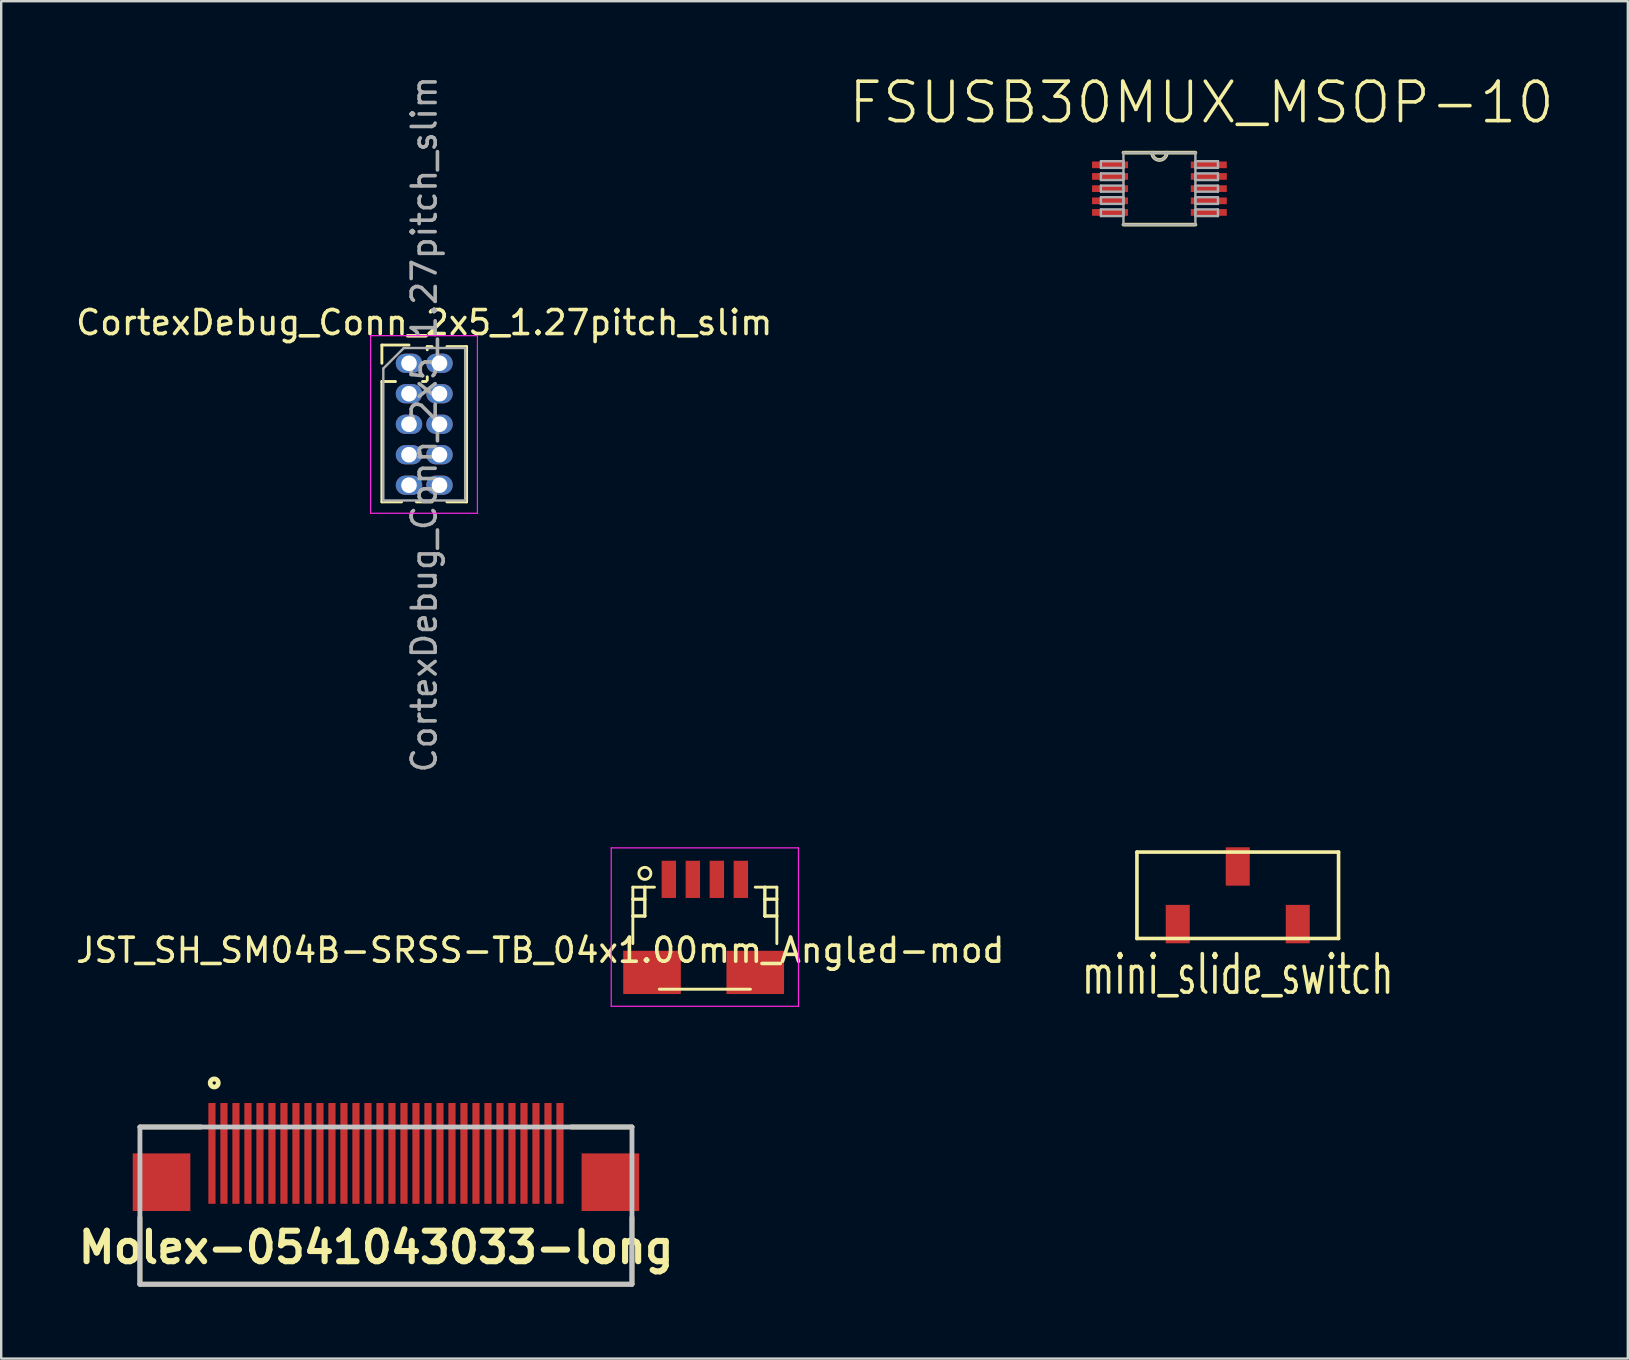
<source format=kicad_pcb>
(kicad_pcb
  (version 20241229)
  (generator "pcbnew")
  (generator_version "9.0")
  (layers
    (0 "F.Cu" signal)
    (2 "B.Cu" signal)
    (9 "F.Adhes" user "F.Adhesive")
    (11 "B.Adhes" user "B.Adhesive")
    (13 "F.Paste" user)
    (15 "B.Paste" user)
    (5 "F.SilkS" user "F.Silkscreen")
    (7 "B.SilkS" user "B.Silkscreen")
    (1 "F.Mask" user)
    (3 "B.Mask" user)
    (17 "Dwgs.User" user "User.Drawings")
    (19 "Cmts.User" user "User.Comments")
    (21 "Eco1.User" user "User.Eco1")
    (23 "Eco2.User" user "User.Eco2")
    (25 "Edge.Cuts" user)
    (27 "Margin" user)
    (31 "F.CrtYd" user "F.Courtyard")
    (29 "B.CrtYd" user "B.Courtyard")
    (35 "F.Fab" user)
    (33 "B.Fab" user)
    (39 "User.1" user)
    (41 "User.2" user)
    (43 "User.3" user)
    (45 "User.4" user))
  (footprint "FSUSB30MUX_MSOP-10"
    (layer "F.Cu")
    (at 45.255 4.809)
    (property "Reference" "FSUSB30MUX_MSOP-10" (at 1.755 -3.586 0) (layer "F.SilkS") (effects (font (size 1.642 1.642) (thickness 0.15))))
    (attr through_hole)
    (fp_line (start -1.499 1.499) (end 1.499 1.499) (stroke (width 0.152) (type solid)) (layer "F.SilkS"))
    (fp_line (start -0.305 -1.499) (end -1.499 -1.499) (stroke (width 0.152) (type solid)) (layer "F.SilkS"))
    (fp_line (start 0.305 -1.499) (end -0.305 -1.499) (stroke (width 0.152) (type solid)) (layer "F.SilkS"))
    (fp_line (start 1.499 -1.499) (end 0.305 -1.499) (stroke (width 0.152) (type solid)) (layer "F.SilkS"))
    (fp_arc (start 0.3048 -1.4986) (mid 0 -1.1938) (end -0.3048 -1.4986) (stroke (width 0.1524) (type solid)) (layer "F.SilkS"))
    (fp_line (start -2.438 -1.143) (end -2.438 -0.864) (stroke (width 0.1) (type solid)) (layer "F.Fab"))
    (fp_line (start -2.438 -0.864) (end -1.499 -0.864) (stroke (width 0.1) (type solid)) (layer "F.Fab"))
    (fp_line (start -2.438 -0.635) (end -2.438 -0.356) (stroke (width 0.1) (type solid)) (layer "F.Fab"))
    (fp_line (start -2.438 -0.356) (end -1.499 -0.356) (stroke (width 0.1) (type solid)) (layer "F.Fab"))
    (fp_line (start -2.438 -0.127) (end -2.438 0.127) (stroke (width 0.1) (type solid)) (layer "F.Fab"))
    (fp_line (start -2.438 0.127) (end -1.499 0.127) (stroke (width 0.1) (type solid)) (layer "F.Fab"))
    (fp_line (start -2.438 0.356) (end -2.438 0.635) (stroke (width 0.1) (type solid)) (layer "F.Fab"))
    (fp_line (start -2.438 0.635) (end -1.499 0.635) (stroke (width 0.1) (type solid)) (layer "F.Fab"))
    (fp_line (start -2.438 0.864) (end -2.438 1.143) (stroke (width 0.1) (type solid)) (layer "F.Fab"))
    (fp_line (start -2.438 1.143) (end -1.499 1.143) (stroke (width 0.1) (type solid)) (layer "F.Fab"))
    (fp_line (start -1.499 -1.499) (end -1.499 1.499) (stroke (width 0.1) (type solid)) (layer "F.Fab"))
    (fp_line (start -1.499 -1.143) (end -2.438 -1.143) (stroke (width 0.1) (type solid)) (layer "F.Fab"))
    (fp_line (start -1.499 -0.864) (end -1.499 -1.143) (stroke (width 0.1) (type solid)) (layer "F.Fab"))
    (fp_line (start -1.499 -0.635) (end -2.438 -0.635) (stroke (width 0.1) (type solid)) (layer "F.Fab"))
    (fp_line (start -1.499 -0.356) (end -1.499 -0.635) (stroke (width 0.1) (type solid)) (layer "F.Fab"))
    (fp_line (start -1.499 -0.127) (end -2.438 -0.127) (stroke (width 0.1) (type solid)) (layer "F.Fab"))
    (fp_line (start -1.499 0.127) (end -1.499 -0.127) (stroke (width 0.1) (type solid)) (layer "F.Fab"))
    (fp_line (start -1.499 0.356) (end -2.438 0.356) (stroke (width 0.1) (type solid)) (layer "F.Fab"))
    (fp_line (start -1.499 0.635) (end -1.499 0.356) (stroke (width 0.1) (type solid)) (layer "F.Fab"))
    (fp_line (start -1.499 0.864) (end -2.438 0.864) (stroke (width 0.1) (type solid)) (layer "F.Fab"))
    (fp_line (start -1.499 1.143) (end -1.499 0.864) (stroke (width 0.1) (type solid)) (layer "F.Fab"))
    (fp_line (start -1.499 1.499) (end 1.499 1.499) (stroke (width 0.1) (type solid)) (layer "F.Fab"))
    (fp_line (start -0.305 -1.499) (end -1.499 -1.499) (stroke (width 0.1) (type solid)) (layer "F.Fab"))
    (fp_line (start 0.305 -1.499) (end -0.305 -1.499) (stroke (width 0.1) (type solid)) (layer "F.Fab"))
    (fp_line (start 1.499 -1.499) (end 0.305 -1.499) (stroke (width 0.1) (type solid)) (layer "F.Fab"))
    (fp_line (start 1.499 -1.143) (end 1.499 -0.864) (stroke (width 0.1) (type solid)) (layer "F.Fab"))
    (fp_line (start 1.499 -0.864) (end 2.438 -0.864) (stroke (width 0.1) (type solid)) (layer "F.Fab"))
    (fp_line (start 1.499 -0.635) (end 1.499 -0.356) (stroke (width 0.1) (type solid)) (layer "F.Fab"))
    (fp_line (start 1.499 -0.356) (end 2.438 -0.356) (stroke (width 0.1) (type solid)) (layer "F.Fab"))
    (fp_line (start 1.499 -0.127) (end 1.499 0.127) (stroke (width 0.1) (type solid)) (layer "F.Fab"))
    (fp_line (start 1.499 0.127) (end 2.438 0.127) (stroke (width 0.1) (type solid)) (layer "F.Fab"))
    (fp_line (start 1.499 0.356) (end 1.499 0.635) (stroke (width 0.1) (type solid)) (layer "F.Fab"))
    (fp_line (start 1.499 0.635) (end 2.438 0.635) (stroke (width 0.1) (type solid)) (layer "F.Fab"))
    (fp_line (start 1.499 0.864) (end 1.499 1.143) (stroke (width 0.1) (type solid)) (layer "F.Fab"))
    (fp_line (start 1.499 1.143) (end 2.438 1.143) (stroke (width 0.1) (type solid)) (layer "F.Fab"))
    (fp_line (start 1.499 1.499) (end 1.499 -1.499) (stroke (width 0.1) (type solid)) (layer "F.Fab"))
    (fp_line (start 2.438 -1.143) (end 1.499 -1.143) (stroke (width 0.1) (type solid)) (layer "F.Fab"))
    (fp_line (start 2.438 -0.864) (end 2.438 -1.143) (stroke (width 0.1) (type solid)) (layer "F.Fab"))
    (fp_line (start 2.438 -0.635) (end 1.499 -0.635) (stroke (width 0.1) (type solid)) (layer "F.Fab"))
    (fp_line (start 2.438 -0.356) (end 2.438 -0.635) (stroke (width 0.1) (type solid)) (layer "F.Fab"))
    (fp_line (start 2.438 -0.127) (end 1.499 -0.127) (stroke (width 0.1) (type solid)) (layer "F.Fab"))
    (fp_line (start 2.438 0.127) (end 2.438 -0.127) (stroke (width 0.1) (type solid)) (layer "F.Fab"))
    (fp_line (start 2.438 0.356) (end 1.499 0.356) (stroke (width 0.1) (type solid)) (layer "F.Fab"))
    (fp_line (start 2.438 0.635) (end 2.438 0.356) (stroke (width 0.1) (type solid)) (layer "F.Fab"))
    (fp_line (start 2.438 0.864) (end 1.499 0.864) (stroke (width 0.1) (type solid)) (layer "F.Fab"))
    (fp_line (start 2.438 1.143) (end 2.438 0.864) (stroke (width 0.1) (type solid)) (layer "F.Fab"))
    (fp_arc (start 0.3048 -1.4986) (mid 0 -1.1938) (end -0.3048 -1.4986) (stroke (width 0.1) (type solid)) (layer "F.Fab"))
    (pad "1" smd rect (at -2.057 -0.991) (size 1.499 0.279) (layers "F.Cu" "F.Mask" "F.Paste"))
    (pad "2" smd rect (at -2.057 -0.508) (size 1.499 0.279) (layers "F.Cu" "F.Mask" "F.Paste"))
    (pad "3" smd rect (at -2.057 0) (size 1.499 0.279) (layers "F.Cu" "F.Mask" "F.Paste"))
    (pad "4" smd rect (at -2.057 0.508) (size 1.499 0.279) (layers "F.Cu" "F.Mask" "F.Paste"))
    (pad "5" smd rect (at -2.057 0.991) (size 1.499 0.279) (layers "F.Cu" "F.Mask" "F.Paste"))
    (pad "6" smd rect (at 2.057 0.991) (size 1.499 0.279) (layers "F.Cu" "F.Mask" "F.Paste"))
    (pad "7" smd rect (at 2.057 0.508) (size 1.499 0.279) (layers "F.Cu" "F.Mask" "F.Paste"))
    (pad "8" smd rect (at 2.057 0) (size 1.499 0.279) (layers "F.Cu" "F.Mask" "F.Paste"))
    (pad "9" smd rect (at 2.057 -0.508) (size 1.499 0.279) (layers "F.Cu" "F.Mask" "F.Paste"))
    (pad "10" smd rect (at 2.057 -0.991) (size 1.499 0.279) (layers "F.Cu" "F.Mask" "F.Paste")))
  (footprint "CortexDebug_Conn_2x5_1.27pitch_slim"
    (layer "F.Cu")
    (at 13.99 12.085)
    (property "Reference" "CortexDebug_Conn_2x5_1.27pitch_slim" (at 0.635 -1.695 0) (layer "F.SilkS") (effects (font (size 1 1) (thickness 0.15))))
    (attr through_hole)
    (fp_line (start -1.13 -0.76) (end 0 -0.76) (stroke (width 0.12) (type solid)) (layer "F.SilkS"))
    (fp_line (start -1.13 0) (end -1.13 -0.76) (stroke (width 0.12) (type solid)) (layer "F.SilkS"))
    (fp_line (start -1.13 0.76) (end -1.13 5.775) (stroke (width 0.12) (type solid)) (layer "F.SilkS"))
    (fp_line (start -1.13 0.76) (end -0.563 0.76) (stroke (width 0.12) (type solid)) (layer "F.SilkS"))
    (fp_line (start -1.13 5.775) (end -0.308 5.775) (stroke (width 0.12) (type solid)) (layer "F.SilkS"))
    (fp_line (start 0.308 5.775) (end 0.962 5.775) (stroke (width 0.12) (type solid)) (layer "F.SilkS"))
    (fp_line (start 0.563 0.76) (end 0.707 0.76) (stroke (width 0.12) (type solid)) (layer "F.SilkS"))
    (fp_line (start 0.76 -0.695) (end 0.962 -0.695) (stroke (width 0.12) (type solid)) (layer "F.SilkS"))
    (fp_line (start 0.76 -0.563) (end 0.76 -0.695) (stroke (width 0.12) (type solid)) (layer "F.SilkS"))
    (fp_line (start 0.76 0.707) (end 0.76 0.563) (stroke (width 0.12) (type solid)) (layer "F.SilkS"))
    (fp_line (start 1.578 -0.695) (end 2.4 -0.695) (stroke (width 0.12) (type solid)) (layer "F.SilkS"))
    (fp_line (start 1.578 5.775) (end 2.4 5.775) (stroke (width 0.12) (type solid)) (layer "F.SilkS"))
    (fp_line (start 2.4 -0.695) (end 2.4 5.775) (stroke (width 0.12) (type solid)) (layer "F.SilkS"))
    (fp_line (start -1.6 -1.15) (end -1.6 6.25) (stroke (width 0.05) (type solid)) (layer "F.CrtYd"))
    (fp_line (start -1.6 6.25) (end 2.85 6.25) (stroke (width 0.05) (type solid)) (layer "F.CrtYd"))
    (fp_line (start 2.85 -1.15) (end -1.6 -1.15) (stroke (width 0.05) (type solid)) (layer "F.CrtYd"))
    (fp_line (start 2.85 6.25) (end 2.85 -1.15) (stroke (width 0.05) (type solid)) (layer "F.CrtYd"))
    (fp_line (start -1.07 0.217) (end -0.217 -0.635) (stroke (width 0.1) (type solid)) (layer "F.Fab"))
    (fp_line (start -1.07 5.715) (end -1.07 0.217) (stroke (width 0.1) (type solid)) (layer "F.Fab"))
    (fp_line (start -0.217 -0.635) (end 2.34 -0.635) (stroke (width 0.1) (type solid)) (layer "F.Fab"))
    (fp_line (start 2.34 -0.635) (end 2.34 5.715) (stroke (width 0.1) (type solid)) (layer "F.Fab"))
    (fp_line (start 2.34 5.715) (end -1.07 5.715) (stroke (width 0.1) (type solid)) (layer "F.Fab"))
    (fp_text user "${REFERENCE}" (at 0.635 2.54 90) (layer "F.Fab") (effects (font (size 1 1) (thickness 0.15))))
    (pad "1" thru_hole oval (at 0 0) (size 1.1 0.8) (drill 0.65) (layers "*.Cu" "*.Mask"))
    (pad "2" thru_hole oval (at 1.27 0) (size 1.1 0.8) (drill 0.65) (layers "*.Cu" "*.Mask"))
    (pad "3" thru_hole oval (at 0 1.27) (size 1.1 0.8) (drill 0.65) (layers "*.Cu" "*.Mask"))
    (pad "4" thru_hole oval (at 1.27 1.27) (size 1.1 0.8) (drill 0.65) (layers "*.Cu" "*.Mask"))
    (pad "5" thru_hole oval (at 0 2.54) (size 1.1 0.8) (drill 0.65) (layers "*.Cu" "*.Mask"))
    (pad "6" thru_hole oval (at 1.27 2.54) (size 1.1 0.8) (drill 0.65) (layers "*.Cu" "*.Mask"))
    (pad "7" thru_hole oval (at 0 3.81) (size 1.1 0.8) (drill 0.65) (layers "*.Cu" "*.Mask"))
    (pad "8" thru_hole oval (at 1.27 3.81) (size 1.1 0.8) (drill 0.65) (layers "*.Cu" "*.Mask"))
    (pad "9" thru_hole oval (at 0 5.08) (size 1.1 0.8) (drill 0.65) (layers "*.Cu" "*.Mask"))
    (pad "10" thru_hole oval (at 1.27 5.08) (size 1.1 0.8) (drill 0.65) (layers "*.Cu" "*.Mask")))
  (footprint "Molex-0541043033-long"
    (layer "F.Cu")
    (at 13.03 43.904)
    (property "Reference" "Molex-0541043033-long" (at -0.409 5.017 0) (layer "F.SilkS") (effects (font (size 1.27 1.27) (thickness 0.254))))
    (attr smd)
    (fp_line (start -10.25 0) (end -7.717 0) (stroke (width 0.2) (type solid)) (layer "F.SilkS"))
    (fp_line (start -10.25 6.55) (end -10.25 3.766) (stroke (width 0.2) (type solid)) (layer "F.SilkS"))
    (fp_line (start -10.25 6.55) (end 10.25 6.55) (stroke (width 0.2) (type solid)) (layer "F.SilkS"))
    (fp_line (start 10.25 0) (end 7.717 0) (stroke (width 0.2) (type solid)) (layer "F.SilkS"))
    (fp_line (start 10.25 6.55) (end 10.25 3.766) (stroke (width 0.2) (type solid)) (layer "F.SilkS"))
    (fp_circle (center -7.154 -1.836) (end -7.154 -1.768) (stroke (width 0.2) (type solid)) (fill no) (layer "F.SilkS"))
    (fp_line (start -10.25 0) (end 10.25 0) (stroke (width 0.2) (type solid)) (layer "Dwgs.User"))
    (fp_line (start -10.25 6.55) (end -10.25 0) (stroke (width 0.2) (type solid)) (layer "Dwgs.User"))
    (fp_line (start 10.25 0) (end 10.25 6.55) (stroke (width 0.2) (type solid)) (layer "Dwgs.User"))
    (fp_line (start 10.25 6.55) (end -10.25 6.55) (stroke (width 0.2) (type solid)) (layer "Dwgs.User"))
    (pad "1" smd rect (at -7.25 1.1) (size 0.3 4.2) (layers "F.Cu" "F.Paste"))
    (pad "2" smd rect (at -6.75 1.1) (size 0.3 4.2) (layers "F.Cu" "F.Paste"))
    (pad "3" smd rect (at -6.25 1.1) (size 0.3 4.2) (layers "F.Cu" "F.Paste"))
    (pad "4" smd rect (at -5.75 1.1) (size 0.3 4.2) (layers "F.Cu" "F.Paste"))
    (pad "5" smd rect (at -5.25 1.1) (size 0.3 4.2) (layers "F.Cu" "F.Paste"))
    (pad "6" smd rect (at -4.75 1.1) (size 0.3 4.2) (layers "F.Cu" "F.Paste"))
    (pad "7" smd rect (at -4.25 1.1) (size 0.3 4.2) (layers "F.Cu" "F.Paste"))
    (pad "8" smd rect (at -3.75 1.1) (size 0.3 4.2) (layers "F.Cu" "F.Paste"))
    (pad "9" smd rect (at -3.25 1.1) (size 0.3 4.2) (layers "F.Cu" "F.Paste"))
    (pad "10" smd rect (at -2.75 1.1) (size 0.3 4.2) (layers "F.Cu" "F.Paste"))
    (pad "11" smd rect (at -2.25 1.1) (size 0.3 4.2) (layers "F.Cu" "F.Paste"))
    (pad "12" smd rect (at -1.75 1.1) (size 0.3 4.2) (layers "F.Cu" "F.Paste"))
    (pad "13" smd rect (at -1.25 1.1) (size 0.3 4.2) (layers "F.Cu" "F.Paste"))
    (pad "14" smd rect (at -0.75 1.1) (size 0.3 4.2) (layers "F.Cu" "F.Paste"))
    (pad "15" smd rect (at -0.25 1.1) (size 0.3 4.2) (layers "F.Cu" "F.Paste"))
    (pad "16" smd rect (at 0.25 1.1) (size 0.3 4.2) (layers "F.Cu" "F.Paste"))
    (pad "17" smd rect (at 0.75 1.1) (size 0.3 4.2) (layers "F.Cu" "F.Paste"))
    (pad "18" smd rect (at 1.25 1.1) (size 0.3 4.2) (layers "F.Cu" "F.Paste"))
    (pad "19" smd rect (at 1.75 1.1) (size 0.3 4.2) (layers "F.Cu" "F.Paste"))
    (pad "20" smd rect (at 2.25 1.1) (size 0.3 4.2) (layers "F.Cu" "F.Paste"))
    (pad "21" smd rect (at 2.75 1.1) (size 0.3 4.2) (layers "F.Cu" "F.Paste"))
    (pad "22" smd rect (at 3.25 1.1) (size 0.3 4.2) (layers "F.Cu" "F.Paste"))
    (pad "23" smd rect (at 3.75 1.1) (size 0.3 4.2) (layers "F.Cu" "F.Paste"))
    (pad "24" smd rect (at 4.25 1.1) (size 0.3 4.2) (layers "F.Cu" "F.Paste"))
    (pad "25" smd rect (at 4.75 1.1) (size 0.3 4.2) (layers "F.Cu" "F.Paste"))
    (pad "26" smd rect (at 5.25 1.1) (size 0.3 4.2) (layers "F.Cu" "F.Paste"))
    (pad "27" smd rect (at 5.75 1.1) (size 0.3 4.2) (layers "F.Cu" "F.Paste"))
    (pad "28" smd rect (at 6.25 1.1) (size 0.3 4.2) (layers "F.Cu" "F.Paste"))
    (pad "29" smd rect (at 6.75 1.1) (size 0.3 4.2) (layers "F.Cu" "F.Paste"))
    (pad "30" smd rect (at 7.25 1.1) (size 0.3 4.2) (layers "F.Cu" "F.Paste"))
    (pad "31" smd rect (at -9.35 2.3 90) (size 2.4 2.4) (layers "F.Cu" "F.Paste"))
    (pad "32" smd rect (at 9.35 2.3 90) (size 2.4 2.4) (layers "F.Cu" "F.Paste")))
  (footprint "JST_SH_SM04B-SRSS-TB_04x1.00mm_Angled-mod"
    (layer "F.Cu")
    (at 26.316 35.525)
    (property "Reference" "JST_SH_SM04B-SRSS-TB_04x1.00mm_Angled-mod" (at -6.858 1.016 0) (layer "F.SilkS") (effects (font (size 1 1) (thickness 0.15))))
    (attr smd)
    (fp_line (start -3 -1.613) (end -2.1 -1.613) (stroke (width 0.12) (type solid)) (layer "F.SilkS"))
    (fp_line (start -3 -1.113) (end -3 -1.113) (stroke (width 0.12) (type solid)) (layer "F.SilkS"))
    (fp_line (start -3 -1.113) (end -2.5 -1.113) (stroke (width 0.12) (type solid)) (layer "F.SilkS"))
    (fp_line (start -3 -0.412) (end -3 -0.412) (stroke (width 0.12) (type solid)) (layer "F.SilkS"))
    (fp_line (start -3 -0.412) (end -2.5 -0.412) (stroke (width 0.12) (type solid)) (layer "F.SilkS"))
    (fp_line (start -3 0.738) (end -3 -1.613) (stroke (width 0.12) (type solid)) (layer "F.SilkS"))
    (fp_line (start -2.5 -1.613) (end -2.5 -1.613) (stroke (width 0.12) (type solid)) (layer "F.SilkS"))
    (fp_line (start -2.5 -1.613) (end -2.5 -0.412) (stroke (width 0.12) (type solid)) (layer "F.SilkS"))
    (fp_line (start -2.5 -1.113) (end -3 -1.113) (stroke (width 0.12) (type solid)) (layer "F.SilkS"))
    (fp_line (start -2.5 -1.113) (end -2.5 -1.113) (stroke (width 0.12) (type solid)) (layer "F.SilkS"))
    (fp_line (start -2.5 -0.412) (end -3 -0.412) (stroke (width 0.12) (type solid)) (layer "F.SilkS"))
    (fp_line (start -2.5 -0.412) (end -2.5 -1.613) (stroke (width 0.12) (type solid)) (layer "F.SilkS"))
    (fp_line (start -2.5 -0.412) (end -2.5 -0.412) (stroke (width 0.12) (type solid)) (layer "F.SilkS"))
    (fp_line (start -2.5 -0.412) (end -2.5 -0.412) (stroke (width 0.12) (type solid)) (layer "F.SilkS"))
    (fp_line (start -1.9 2.638) (end 1.9 2.638) (stroke (width 0.12) (type solid)) (layer "F.SilkS"))
    (fp_line (start 2.5 -1.613) (end 2.5 -1.613) (stroke (width 0.12) (type solid)) (layer "F.SilkS"))
    (fp_line (start 2.5 -1.613) (end 2.5 -0.412) (stroke (width 0.12) (type solid)) (layer "F.SilkS"))
    (fp_line (start 2.5 -1.113) (end 2.5 -1.113) (stroke (width 0.12) (type solid)) (layer "F.SilkS"))
    (fp_line (start 2.5 -1.113) (end 3 -1.113) (stroke (width 0.12) (type solid)) (layer "F.SilkS"))
    (fp_line (start 2.5 -0.412) (end 2.5 -1.613) (stroke (width 0.12) (type solid)) (layer "F.SilkS"))
    (fp_line (start 2.5 -0.412) (end 2.5 -0.412) (stroke (width 0.12) (type solid)) (layer "F.SilkS"))
    (fp_line (start 2.5 -0.412) (end 2.5 -0.412) (stroke (width 0.12) (type solid)) (layer "F.SilkS"))
    (fp_line (start 2.5 -0.412) (end 3 -0.412) (stroke (width 0.12) (type solid)) (layer "F.SilkS"))
    (fp_line (start 3 -1.613) (end 2.1 -1.613) (stroke (width 0.12) (type solid)) (layer "F.SilkS"))
    (fp_line (start 3 -1.113) (end 2.5 -1.113) (stroke (width 0.12) (type solid)) (layer "F.SilkS"))
    (fp_line (start 3 -1.113) (end 3 -1.113) (stroke (width 0.12) (type solid)) (layer "F.SilkS"))
    (fp_line (start 3 -0.412) (end 2.5 -0.412) (stroke (width 0.12) (type solid)) (layer "F.SilkS"))
    (fp_line (start 3 -0.412) (end 3 -0.412) (stroke (width 0.12) (type solid)) (layer "F.SilkS"))
    (fp_line (start 3 0.738) (end 3 -1.613) (stroke (width 0.12) (type solid)) (layer "F.SilkS"))
    (fp_circle (center -2.5 -2.188) (end -2.25 -2.188) (stroke (width 0.12) (type solid)) (fill no) (layer "F.SilkS"))
    (fp_line (start -3.9 -3.25) (end 3.9 -3.25) (stroke (width 0.05) (type solid)) (layer "F.CrtYd"))
    (fp_line (start -3.9 3.35) (end -3.9 -3.25) (stroke (width 0.05) (type solid)) (layer "F.CrtYd"))
    (fp_line (start 3.9 -3.25) (end 3.9 3.35) (stroke (width 0.05) (type solid)) (layer "F.CrtYd"))
    (fp_line (start 3.9 3.35) (end -3.9 3.35) (stroke (width 0.05) (type solid)) (layer "F.CrtYd"))
    (pad "" smd rect (at -2.2 1.938) (size 2.4 1.8) (layers "F.Cu" "F.Mask" "F.Paste"))
    (pad "" smd rect (at 2.1 1.938) (size 2.4 1.8) (layers "F.Cu" "F.Mask" "F.Paste"))
    (pad "1" smd rect (at -1.5 -1.938) (size 0.6 1.55) (layers "F.Cu" "F.Mask" "F.Paste"))
    (pad "2" smd rect (at -0.5 -1.938) (size 0.6 1.55) (layers "F.Cu" "F.Mask" "F.Paste"))
    (pad "3" smd rect (at 0.5 -1.938) (size 0.6 1.55) (layers "F.Cu" "F.Mask" "F.Paste"))
    (pad "4" smd rect (at 1.5 -1.938) (size 0.6 1.55) (layers "F.Cu" "F.Mask" "F.Paste")))
  (footprint "mini_slide_switch"
    (layer "F.Cu")
    (at 48.518 34.25)
    (property "Reference" "mini_slide_switch" (at 0 3.3 0) (layer "F.SilkS") (effects (font (size 1.6 1) (thickness 0.15))))
    (attr through_hole)
    (fp_line (start -4.2 -1.8) (end -4.2 1.8) (stroke (width 0.15) (type solid)) (layer "F.SilkS"))
    (fp_line (start -4.2 1.8) (end 4.2 1.8) (stroke (width 0.15) (type solid)) (layer "F.SilkS"))
    (fp_line (start 4.2 -1.8) (end -4.2 -1.8) (stroke (width 0.15) (type solid)) (layer "F.SilkS"))
    (fp_line (start 4.2 1.8) (end 4.2 -1.8) (stroke (width 0.15) (type solid)) (layer "F.SilkS"))
    (pad "1" smd rect (at -2.5 1.2) (size 1 1.6) (layers "F.Cu" "F.Mask" "F.Paste"))
    (pad "2" smd rect (at 0 -1.2) (size 1 1.6) (layers "F.Cu" "F.Mask" "F.Paste"))
    (pad "3" smd rect (at 2.5 1.2) (size 1 1.6) (layers "F.Cu" "F.Mask" "F.Paste")))
  (gr_rect
    (start -3 -3)
    (end 64.77 53.554)
    (stroke (width 0.1) (type default))
    (fill no)
    (layer "Edge.Cuts")))
</source>
